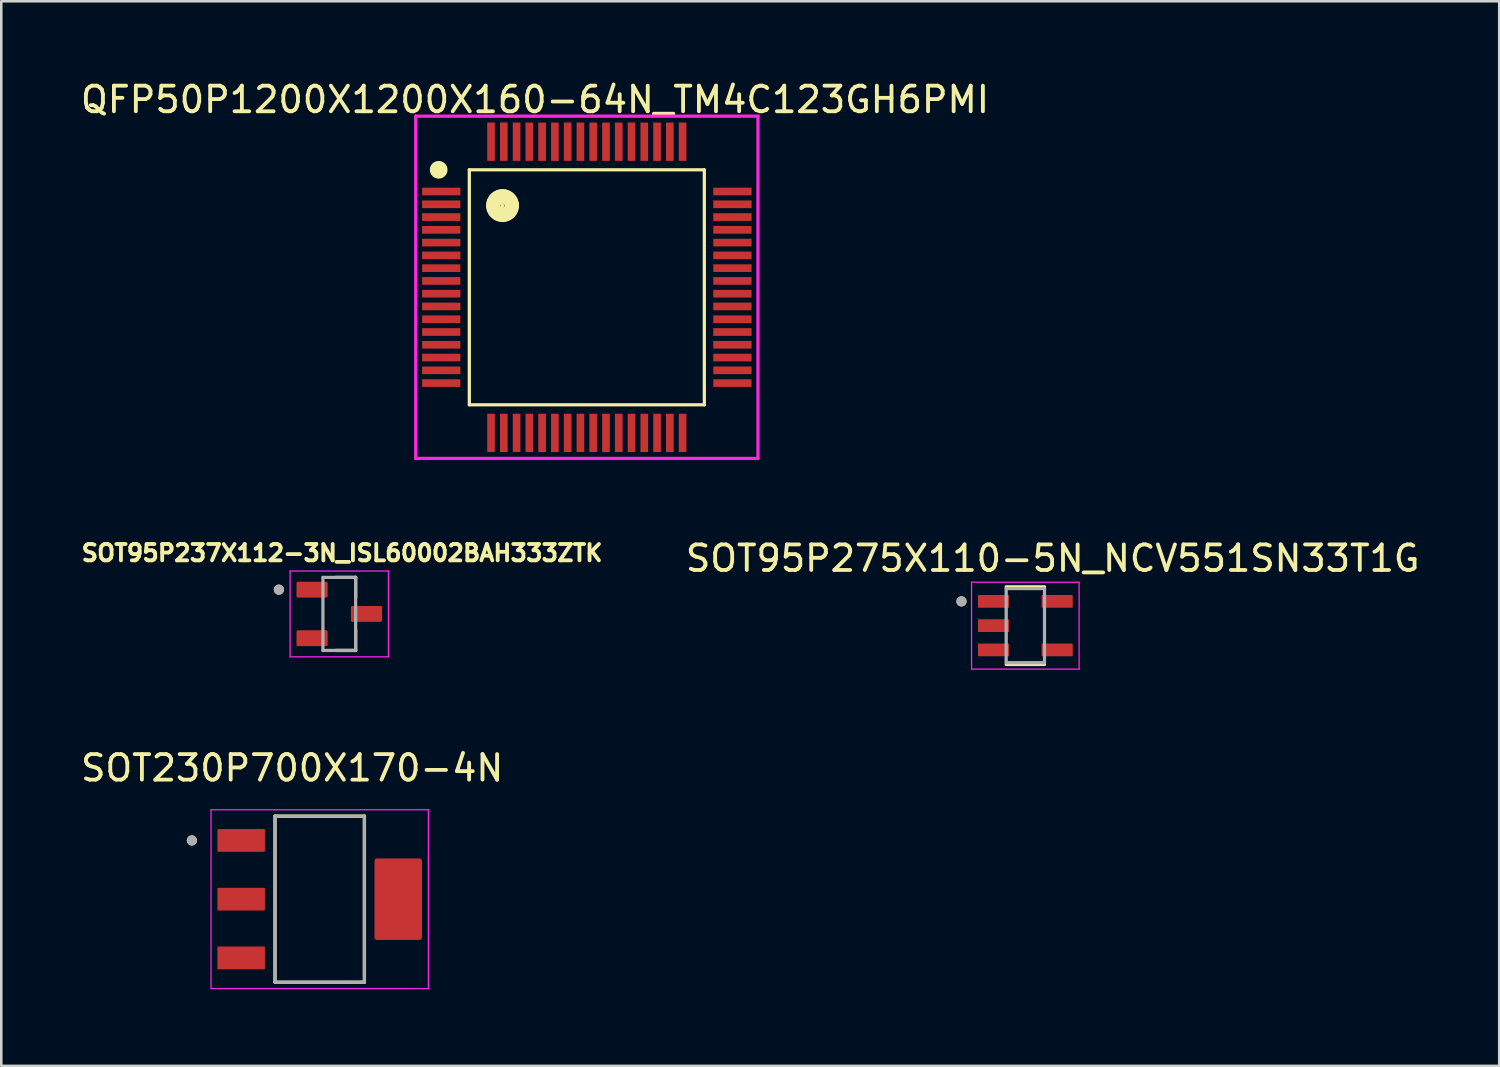
<source format=kicad_pcb>
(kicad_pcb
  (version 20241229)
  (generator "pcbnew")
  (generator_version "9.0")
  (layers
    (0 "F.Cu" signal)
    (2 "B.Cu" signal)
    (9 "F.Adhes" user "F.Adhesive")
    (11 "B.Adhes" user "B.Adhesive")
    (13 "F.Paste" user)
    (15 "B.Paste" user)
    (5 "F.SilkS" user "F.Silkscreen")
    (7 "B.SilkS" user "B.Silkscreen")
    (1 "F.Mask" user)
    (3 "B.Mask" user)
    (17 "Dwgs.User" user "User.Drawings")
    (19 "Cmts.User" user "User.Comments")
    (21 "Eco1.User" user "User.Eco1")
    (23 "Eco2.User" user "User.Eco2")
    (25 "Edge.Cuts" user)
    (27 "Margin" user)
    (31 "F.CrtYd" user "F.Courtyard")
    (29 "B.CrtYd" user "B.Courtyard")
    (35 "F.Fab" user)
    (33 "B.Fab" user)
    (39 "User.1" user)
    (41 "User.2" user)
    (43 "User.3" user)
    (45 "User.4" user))
  (footprint "SOT95P275X110-5N_NCV551SN33T1G"
    (layer "F.Cu")
    (at 37.092 21.444)
    (property "Reference" "SOT95P275X110-5N_NCV551SN33T1G" (at 1.07 -2.635 0) (layer "F.SilkS") (effects (font (size 1 1) (thickness 0.15))))
    (attr smd)
    (fp_line (start -0.75 -1.52) (end 0.75 -1.52) (stroke (width 0.127) (type solid)) (layer "F.SilkS"))
    (fp_line (start 0.75 1.52) (end -0.75 1.52) (stroke (width 0.127) (type solid)) (layer "F.SilkS"))
    (fp_circle (center -2.5 -0.95) (end -2.4 -0.95) (stroke (width 0.2) (type solid)) (fill no) (layer "F.SilkS"))
    (fp_line (start -2.105 -1.7) (end 2.105 -1.7) (stroke (width 0.05) (type solid)) (layer "F.CrtYd"))
    (fp_line (start -2.105 1.7) (end -2.105 -1.7) (stroke (width 0.05) (type solid)) (layer "F.CrtYd"))
    (fp_line (start 2.105 -1.7) (end 2.105 1.7) (stroke (width 0.05) (type solid)) (layer "F.CrtYd"))
    (fp_line (start 2.105 1.7) (end -2.105 1.7) (stroke (width 0.05) (type solid)) (layer "F.CrtYd"))
    (fp_line (start -0.75 -1.45) (end 0.75 -1.45) (stroke (width 0.127) (type solid)) (layer "F.Fab"))
    (fp_line (start -0.75 1.45) (end -0.75 -1.45) (stroke (width 0.127) (type solid)) (layer "F.Fab"))
    (fp_line (start 0.75 -1.45) (end 0.75 1.45) (stroke (width 0.127) (type solid)) (layer "F.Fab"))
    (fp_line (start 0.75 1.45) (end -0.75 1.45) (stroke (width 0.127) (type solid)) (layer "F.Fab"))
    (fp_circle (center -2.5 -0.95) (end -2.4 -0.95) (stroke (width 0.2) (type solid)) (fill no) (layer "F.Fab"))
    (pad "1" smd roundrect (at -1.245 -0.95) (size 1.22 0.5) (layers "F.Cu" "F.Mask" "F.Paste") (roundrect_rratio 0.06))
    (pad "2" smd roundrect (at -1.245 0) (size 1.22 0.5) (layers "F.Cu" "F.Mask" "F.Paste") (roundrect_rratio 0.06))
    (pad "3" smd roundrect (at -1.245 0.95) (size 1.22 0.5) (layers "F.Cu" "F.Mask" "F.Paste") (roundrect_rratio 0.06))
    (pad "4" smd roundrect (at 1.245 0.95) (size 1.22 0.5) (layers "F.Cu" "F.Mask" "F.Paste") (roundrect_rratio 0.06))
    (pad "5" smd roundrect (at 1.245 -0.95) (size 1.22 0.5) (layers "F.Cu" "F.Mask" "F.Paste") (roundrect_rratio 0.06)))
  (footprint "SOT95P237X112-3N_ISL60002BAH333ZTK"
    (layer "F.Cu")
    (at 10.233 20.985)
    (property "Reference" "SOT95P237X112-3N_ISL60002BAH333ZTK" (at 0.107 -2.386 0) (layer "F.SilkS") (effects (font (size 0.64 0.64) (thickness 0.15))))
    (attr smd)
    (fp_line (start -0.135 -1.43) (end 0.64 -1.43) (stroke (width 0.127) (type solid)) (layer "F.SilkS"))
    (fp_line (start 0.64 -1.43) (end 0.64 -0.63) (stroke (width 0.127) (type solid)) (layer "F.SilkS"))
    (fp_line (start 0.64 1.43) (end -0.135 1.43) (stroke (width 0.127) (type solid)) (layer "F.SilkS"))
    (fp_line (start 0.64 1.43) (end 0.64 0.63) (stroke (width 0.127) (type solid)) (layer "F.SilkS"))
    (fp_circle (center -2.365 -0.95) (end -2.265 -0.95) (stroke (width 0.2) (type solid)) (fill no) (layer "F.SilkS"))
    (fp_line (start -1.925 -1.68) (end -1.925 1.68) (stroke (width 0.05) (type solid)) (layer "F.CrtYd"))
    (fp_line (start -1.925 1.68) (end 1.925 1.68) (stroke (width 0.05) (type solid)) (layer "F.CrtYd"))
    (fp_line (start 1.925 -1.68) (end -1.925 -1.68) (stroke (width 0.05) (type solid)) (layer "F.CrtYd"))
    (fp_line (start 1.925 1.68) (end 1.925 -1.68) (stroke (width 0.05) (type solid)) (layer "F.CrtYd"))
    (fp_line (start -0.64 -1.43) (end 0.64 -1.43) (stroke (width 0.127) (type solid)) (layer "F.Fab"))
    (fp_line (start -0.64 1.43) (end -0.64 -1.43) (stroke (width 0.127) (type solid)) (layer "F.Fab"))
    (fp_line (start 0.64 -1.43) (end 0.64 1.43) (stroke (width 0.127) (type solid)) (layer "F.Fab"))
    (fp_line (start 0.64 1.43) (end -0.64 1.43) (stroke (width 0.127) (type solid)) (layer "F.Fab"))
    (fp_circle (center -2.365 -0.95) (end -2.265 -0.95) (stroke (width 0.2) (type solid)) (fill no) (layer "F.Fab"))
    (pad "1" smd roundrect (at -1.065 -0.95) (size 1.22 0.62) (layers "F.Cu" "F.Mask" "F.Paste") (roundrect_rratio 0.08))
    (pad "2" smd roundrect (at -1.065 0.95) (size 1.22 0.62) (layers "F.Cu" "F.Mask" "F.Paste") (roundrect_rratio 0.08))
    (pad "3" smd roundrect (at 1.065 0) (size 1.22 0.62) (layers "F.Cu" "F.Mask" "F.Paste") (roundrect_rratio 0.08)))
  (footprint "QFP50P1200X1200X160-64N_TM4C123GH6PMI"
    (layer "F.Cu")
    (at 19.924 8.198)
    (property "Reference" "QFP50P1200X1200X160-64N_TM4C123GH6PMI" (at -2.029 -7.348 0) (layer "F.SilkS") (effects (font (size 1.002 1.002) (thickness 0.15))))
    (attr smd)
    (fp_line (start -4.6 -4.6) (end 4.6 -4.6) (stroke (width 0.127) (type solid)) (layer "F.SilkS"))
    (fp_line (start -4.6 4.6) (end -4.6 -4.6) (stroke (width 0.127) (type solid)) (layer "F.SilkS"))
    (fp_line (start 4.6 -4.6) (end 4.6 4.6) (stroke (width 0.127) (type solid)) (layer "F.SilkS"))
    (fp_line (start 4.6 4.6) (end -4.6 4.6) (stroke (width 0.127) (type solid)) (layer "F.SilkS"))
    (fp_circle (center -5.9 -4.6) (end -5.8 -4.6) (stroke (width 0.127) (type solid)) (fill no) (layer "F.SilkS"))
    (fp_circle (center -5.8 -4.6) (end -5.7 -4.6) (stroke (width 0.127) (type solid)) (fill no) (layer "F.SilkS"))
    (fp_circle (center -5.8 -4.6) (end -5.659 -4.6) (stroke (width 0.127) (type solid)) (fill no) (layer "F.SilkS"))
    (fp_circle (center -5.8 -4.6) (end -5.659 -4.6) (stroke (width 0.127) (type solid)) (fill no) (layer "F.SilkS"))
    (fp_circle (center -5.8 -4.6) (end -5.576 -4.6) (stroke (width 0.127) (type solid)) (fill no) (layer "F.SilkS"))
    (fp_circle (center -5.8 -4.6) (end -5.517 -4.6) (stroke (width 0.127) (type solid)) (fill no) (layer "F.SilkS"))
    (fp_circle (center -3.4 -3.2) (end -3.3 -3.2) (stroke (width 0.127) (type solid)) (fill no) (layer "F.SilkS"))
    (fp_circle (center -3.3 -3.2) (end -3.159 -3.2) (stroke (width 0.127) (type solid)) (fill no) (layer "F.SilkS"))
    (fp_circle (center -3.3 -3.2) (end -3.076 -3.2) (stroke (width 0.127) (type solid)) (fill no) (layer "F.SilkS"))
    (fp_circle (center -3.3 -3.2) (end -3.017 -3.2) (stroke (width 0.127) (type solid)) (fill no) (layer "F.SilkS"))
    (fp_circle (center -3.3 -3.2) (end -2.939 -3.2) (stroke (width 0.127) (type solid)) (fill no) (layer "F.SilkS"))
    (fp_circle (center -3.3 -3.2) (end -2.876 -3.2) (stroke (width 0.127) (type solid)) (fill no) (layer "F.SilkS"))
    (fp_circle (center -3.3 -3.2) (end -2.8 -3.2) (stroke (width 0.127) (type solid)) (fill no) (layer "F.SilkS"))
    (fp_circle (center -3.3 -3.2) (end -2.734 -3.2) (stroke (width 0.127) (type solid)) (fill no) (layer "F.SilkS"))
    (fp_circle (center -3.3 -3.2) (end -2.717 -3.2) (stroke (width 0.127) (type solid)) (fill no) (layer "F.SilkS"))
    (fp_line (start -6.7 -6.7) (end 6.7 -6.7) (stroke (width 0.127) (type solid)) (layer "F.CrtYd"))
    (fp_line (start -6.7 6.7) (end -6.7 -6.7) (stroke (width 0.127) (type solid)) (layer "F.CrtYd"))
    (fp_line (start 6.7 -6.7) (end 6.7 6.7) (stroke (width 0.127) (type solid)) (layer "F.CrtYd"))
    (fp_line (start 6.7 6.7) (end -6.7 6.7) (stroke (width 0.127) (type solid)) (layer "F.CrtYd"))
    (pad "1" smd rect (at -5.7 -3.75) (size 1.5 0.3) (layers "F.Cu" "F.Mask" "F.Paste"))
    (pad "2" smd rect (at -5.7 -3.25) (size 1.5 0.3) (layers "F.Cu" "F.Mask" "F.Paste"))
    (pad "3" smd rect (at -5.7 -2.75) (size 1.5 0.3) (layers "F.Cu" "F.Mask" "F.Paste"))
    (pad "4" smd rect (at -5.7 -2.25) (size 1.5 0.3) (layers "F.Cu" "F.Mask" "F.Paste"))
    (pad "5" smd rect (at -5.7 -1.75) (size 1.5 0.3) (layers "F.Cu" "F.Mask" "F.Paste"))
    (pad "6" smd rect (at -5.7 -1.25) (size 1.5 0.3) (layers "F.Cu" "F.Mask" "F.Paste"))
    (pad "7" smd rect (at -5.7 -0.75) (size 1.5 0.3) (layers "F.Cu" "F.Mask" "F.Paste"))
    (pad "8" smd rect (at -5.7 -0.25) (size 1.5 0.3) (layers "F.Cu" "F.Mask" "F.Paste"))
    (pad "9" smd rect (at -5.7 0.25) (size 1.5 0.3) (layers "F.Cu" "F.Mask" "F.Paste"))
    (pad "10" smd rect (at -5.7 0.75) (size 1.5 0.3) (layers "F.Cu" "F.Mask" "F.Paste"))
    (pad "11" smd rect (at -5.7 1.25) (size 1.5 0.3) (layers "F.Cu" "F.Mask" "F.Paste"))
    (pad "12" smd rect (at -5.7 1.75) (size 1.5 0.3) (layers "F.Cu" "F.Mask" "F.Paste"))
    (pad "13" smd rect (at -5.7 2.25) (size 1.5 0.3) (layers "F.Cu" "F.Mask" "F.Paste"))
    (pad "14" smd rect (at -5.7 2.75) (size 1.5 0.3) (layers "F.Cu" "F.Mask" "F.Paste"))
    (pad "15" smd rect (at -5.7 3.25) (size 1.5 0.3) (layers "F.Cu" "F.Mask" "F.Paste"))
    (pad "16" smd rect (at -5.7 3.75) (size 1.5 0.3) (layers "F.Cu" "F.Mask" "F.Paste"))
    (pad "17" smd rect (at -3.75 5.7 90) (size 1.5 0.3) (layers "F.Cu" "F.Mask" "F.Paste"))
    (pad "18" smd rect (at -3.25 5.7 90) (size 1.5 0.3) (layers "F.Cu" "F.Mask" "F.Paste"))
    (pad "19" smd rect (at -2.75 5.7 90) (size 1.5 0.3) (layers "F.Cu" "F.Mask" "F.Paste"))
    (pad "20" smd rect (at -2.25 5.7 90) (size 1.5 0.3) (layers "F.Cu" "F.Mask" "F.Paste"))
    (pad "21" smd rect (at -1.75 5.7 90) (size 1.5 0.3) (layers "F.Cu" "F.Mask" "F.Paste"))
    (pad "22" smd rect (at -1.25 5.7 90) (size 1.5 0.3) (layers "F.Cu" "F.Mask" "F.Paste"))
    (pad "23" smd rect (at -0.75 5.7 90) (size 1.5 0.3) (layers "F.Cu" "F.Mask" "F.Paste"))
    (pad "24" smd rect (at -0.25 5.7 90) (size 1.5 0.3) (layers "F.Cu" "F.Mask" "F.Paste"))
    (pad "25" smd rect (at 0.25 5.7 90) (size 1.5 0.3) (layers "F.Cu" "F.Mask" "F.Paste"))
    (pad "26" smd rect (at 0.75 5.7 90) (size 1.5 0.3) (layers "F.Cu" "F.Mask" "F.Paste"))
    (pad "27" smd rect (at 1.25 5.7 90) (size 1.5 0.3) (layers "F.Cu" "F.Mask" "F.Paste"))
    (pad "28" smd rect (at 1.75 5.7 90) (size 1.5 0.3) (layers "F.Cu" "F.Mask" "F.Paste"))
    (pad "29" smd rect (at 2.25 5.7 90) (size 1.5 0.3) (layers "F.Cu" "F.Mask" "F.Paste"))
    (pad "30" smd rect (at 2.75 5.7 90) (size 1.5 0.3) (layers "F.Cu" "F.Mask" "F.Paste"))
    (pad "31" smd rect (at 3.25 5.7 90) (size 1.5 0.3) (layers "F.Cu" "F.Mask" "F.Paste"))
    (pad "32" smd rect (at 3.75 5.7 90) (size 1.5 0.3) (layers "F.Cu" "F.Mask" "F.Paste"))
    (pad "33" smd rect (at 5.7 3.75 180) (size 1.5 0.3) (layers "F.Cu" "F.Mask" "F.Paste"))
    (pad "34" smd rect (at 5.7 3.25 180) (size 1.5 0.3) (layers "F.Cu" "F.Mask" "F.Paste"))
    (pad "35" smd rect (at 5.7 2.75 180) (size 1.5 0.3) (layers "F.Cu" "F.Mask" "F.Paste"))
    (pad "36" smd rect (at 5.7 2.25 180) (size 1.5 0.3) (layers "F.Cu" "F.Mask" "F.Paste"))
    (pad "37" smd rect (at 5.7 1.75 180) (size 1.5 0.3) (layers "F.Cu" "F.Mask" "F.Paste"))
    (pad "38" smd rect (at 5.7 1.25 180) (size 1.5 0.3) (layers "F.Cu" "F.Mask" "F.Paste"))
    (pad "39" smd rect (at 5.7 0.75 180) (size 1.5 0.3) (layers "F.Cu" "F.Mask" "F.Paste"))
    (pad "40" smd rect (at 5.7 0.25 180) (size 1.5 0.3) (layers "F.Cu" "F.Mask" "F.Paste"))
    (pad "41" smd rect (at 5.7 -0.25 180) (size 1.5 0.3) (layers "F.Cu" "F.Mask" "F.Paste"))
    (pad "42" smd rect (at 5.7 -0.75 180) (size 1.5 0.3) (layers "F.Cu" "F.Mask" "F.Paste"))
    (pad "43" smd rect (at 5.7 -1.25 180) (size 1.5 0.3) (layers "F.Cu" "F.Mask" "F.Paste"))
    (pad "44" smd rect (at 5.7 -1.75 180) (size 1.5 0.3) (layers "F.Cu" "F.Mask" "F.Paste"))
    (pad "45" smd rect (at 5.7 -2.25 180) (size 1.5 0.3) (layers "F.Cu" "F.Mask" "F.Paste"))
    (pad "46" smd rect (at 5.7 -2.75 180) (size 1.5 0.3) (layers "F.Cu" "F.Mask" "F.Paste"))
    (pad "47" smd rect (at 5.7 -3.25 180) (size 1.5 0.3) (layers "F.Cu" "F.Mask" "F.Paste"))
    (pad "48" smd rect (at 5.7 -3.75 180) (size 1.5 0.3) (layers "F.Cu" "F.Mask" "F.Paste"))
    (pad "49" smd rect (at 3.75 -5.7 270) (size 1.5 0.3) (layers "F.Cu" "F.Mask" "F.Paste"))
    (pad "50" smd rect (at 3.25 -5.7 270) (size 1.5 0.3) (layers "F.Cu" "F.Mask" "F.Paste"))
    (pad "51" smd rect (at 2.75 -5.7 270) (size 1.5 0.3) (layers "F.Cu" "F.Mask" "F.Paste"))
    (pad "52" smd rect (at 2.25 -5.7 270) (size 1.5 0.3) (layers "F.Cu" "F.Mask" "F.Paste"))
    (pad "53" smd rect (at 1.75 -5.7 270) (size 1.5 0.3) (layers "F.Cu" "F.Mask" "F.Paste"))
    (pad "54" smd rect (at 1.25 -5.7 270) (size 1.5 0.3) (layers "F.Cu" "F.Mask" "F.Paste"))
    (pad "55" smd rect (at 0.75 -5.7 270) (size 1.5 0.3) (layers "F.Cu" "F.Mask" "F.Paste"))
    (pad "56" smd rect (at 0.25 -5.7 270) (size 1.5 0.3) (layers "F.Cu" "F.Mask" "F.Paste"))
    (pad "57" smd rect (at -0.25 -5.7 270) (size 1.5 0.3) (layers "F.Cu" "F.Mask" "F.Paste"))
    (pad "58" smd rect (at -0.75 -5.7 270) (size 1.5 0.3) (layers "F.Cu" "F.Mask" "F.Paste"))
    (pad "59" smd rect (at -1.25 -5.7 270) (size 1.5 0.3) (layers "F.Cu" "F.Mask" "F.Paste"))
    (pad "60" smd rect (at -1.75 -5.7 270) (size 1.5 0.3) (layers "F.Cu" "F.Mask" "F.Paste"))
    (pad "61" smd rect (at -2.25 -5.7 270) (size 1.5 0.3) (layers "F.Cu" "F.Mask" "F.Paste"))
    (pad "62" smd rect (at -2.75 -5.7 270) (size 1.5 0.3) (layers "F.Cu" "F.Mask" "F.Paste"))
    (pad "63" smd rect (at -3.25 -5.7 270) (size 1.5 0.3) (layers "F.Cu" "F.Mask" "F.Paste"))
    (pad "64" smd rect (at -3.75 -5.7 270) (size 1.5 0.3) (layers "F.Cu" "F.Mask" "F.Paste")))
  (footprint "SOT230P700X170-4N"
    (layer "F.Cu")
    (at 9.467 32.153)
    (property "Reference" "SOT230P700X170-4N" (at -1.08 -5.135 0) (layer "F.SilkS") (effects (font (size 1 1) (thickness 0.15))))
    (attr smd)
    (fp_line (start -1.75 -3.25) (end 1.75 -3.25) (stroke (width 0.127) (type solid)) (layer "F.SilkS"))
    (fp_line (start -1.75 3.25) (end -1.75 -3.25) (stroke (width 0.127) (type solid)) (layer "F.SilkS"))
    (fp_line (start 1.75 -3.25) (end 1.75 3.25) (stroke (width 0.127) (type solid)) (layer "F.SilkS"))
    (fp_line (start 1.75 3.25) (end -1.75 3.25) (stroke (width 0.127) (type solid)) (layer "F.SilkS"))
    (fp_circle (center -5.005 -2.3) (end -4.905 -2.3) (stroke (width 0.2) (type solid)) (fill no) (layer "F.SilkS"))
    (fp_line (start -4.255 -3.5) (end -4.255 3.5) (stroke (width 0.05) (type solid)) (layer "F.CrtYd"))
    (fp_line (start -4.255 3.5) (end 4.255 3.5) (stroke (width 0.05) (type solid)) (layer "F.CrtYd"))
    (fp_line (start 4.255 -3.5) (end -4.255 -3.5) (stroke (width 0.05) (type solid)) (layer "F.CrtYd"))
    (fp_line (start 4.255 3.5) (end 4.255 -3.5) (stroke (width 0.05) (type solid)) (layer "F.CrtYd"))
    (fp_line (start -1.75 -3.25) (end 1.75 -3.25) (stroke (width 0.127) (type solid)) (layer "F.Fab"))
    (fp_line (start -1.75 3.25) (end -1.75 -3.25) (stroke (width 0.127) (type solid)) (layer "F.Fab"))
    (fp_line (start 1.75 -3.25) (end 1.75 3.25) (stroke (width 0.127) (type solid)) (layer "F.Fab"))
    (fp_line (start 1.75 3.25) (end -1.75 3.25) (stroke (width 0.127) (type solid)) (layer "F.Fab"))
    (fp_circle (center -5.005 -2.3) (end -4.905 -2.3) (stroke (width 0.2) (type solid)) (fill no) (layer "F.Fab"))
    (pad "1" smd roundrect (at -3.075 -2.3) (size 1.86 0.89) (layers "F.Cu" "F.Mask" "F.Paste") (roundrect_rratio 0.03))
    (pad "2" smd roundrect (at -3.075 0) (size 1.86 0.89) (layers "F.Cu" "F.Mask" "F.Paste") (roundrect_rratio 0.03))
    (pad "3" smd roundrect (at -3.075 2.3) (size 1.86 0.89) (layers "F.Cu" "F.Mask" "F.Paste") (roundrect_rratio 0.03))
    (pad "4" smd roundrect (at 3.075 0) (size 1.86 3.19) (layers "F.Cu" "F.Mask" "F.Paste") (roundrect_rratio 0.05)))
  (gr_rect
    (start -3 -3)
    (end 55.644 38.678)
    (stroke (width 0.1) (type default))
    (fill no)
    (layer "Edge.Cuts")))
</source>
